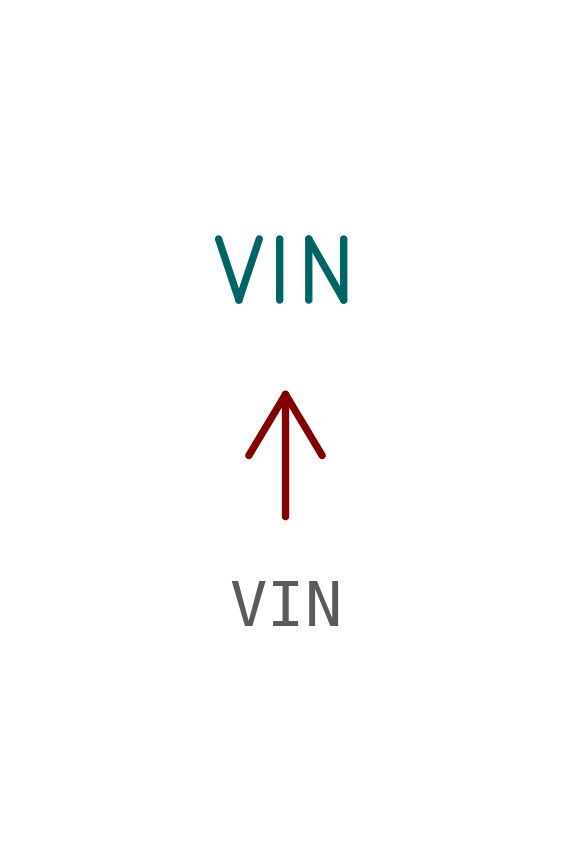
<source format=kicad_sym>
(kicad_symbol_lib
  (version 20220914)
  (generator kicad_symbol_editor)
  (symbol "VIN"
    (power)
    (property "Reference" "#PWR"
      (at 6.35 -8.89 0)
      (do_not_autoplace)
      (effects (font (size 1.27 1.27)) hide))
    (property "Value" "VIN"
      (at 6.35 -1.27 0)
      (effects (font (size 1.27 1.27))))
    (symbol "VIN_0_1"
      (polyline (pts (xy 5.588 -5.08) (xy 6.35 -3.81)) (stroke (width 0) (type default)) (fill (type none)))
      (polyline (pts (xy 6.35 -6.35) (xy 6.35 -3.81)) (stroke (width 0) (type default)) (fill (type none)))
      (polyline (pts (xy 6.35 -3.81) (xy 7.112 -5.08)) (stroke (width 0) (type default)) (fill (type none))))
    (symbol "VIN_1_1"
      (pin power_in line (at 6.35 -6.35 90) (length 0) hide (name "VUSB" (effects (font (size 1.27 1.27)))) (number "1" (effects (font (size 1.27 1.27))))))))
</source>
